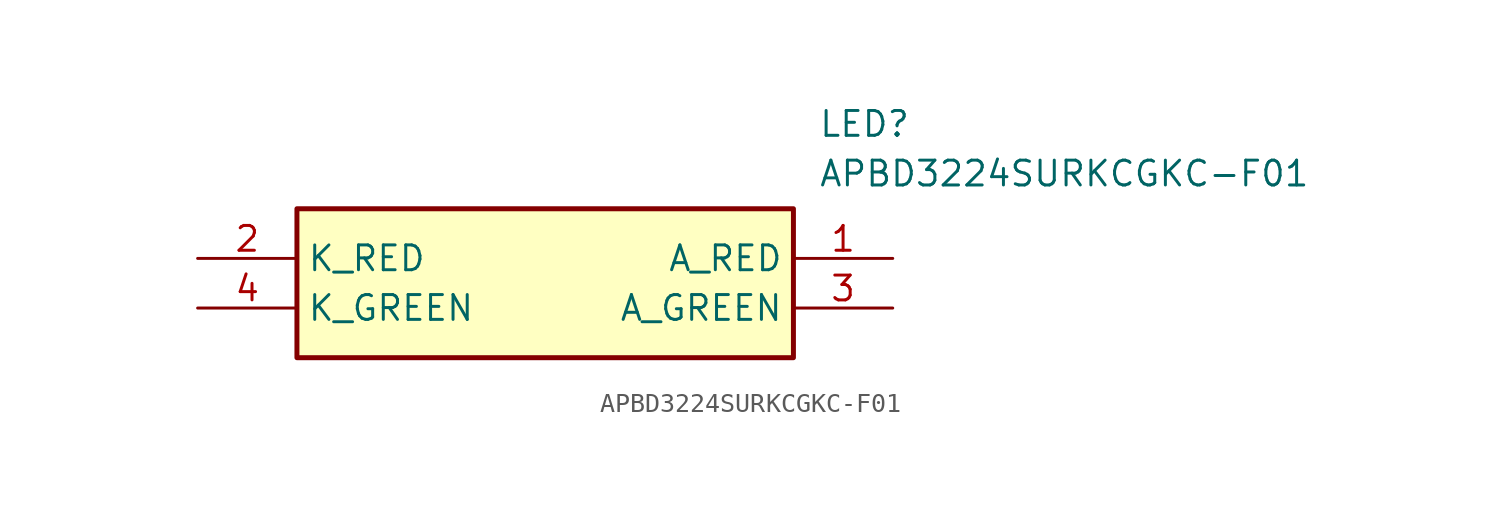
<source format=kicad_sym>
(kicad_symbol_lib
  (version 20231120)
  (generator "kicad_symbol_editor")
  (generator_version "8.0")
  (symbol "APBD3224SURKCGKC-F01"
    (property "Reference" "LED"
      (at 31.75 7.62 0)
      (effects (font (size 1.27 1.27)) (justify left top)))
    (property "Value" "APBD3224SURKCGKC-F01"
      (at 31.75 5.08 0)
      (effects (font (size 1.27 1.27)) (justify left top)))
    (symbol "APBD3224SURKCGKC-F01_1_1"
      (rectangle (start 5.08 2.54) (end 30.48 -5.08) (stroke (width 0.254) (type default)) (fill (type background)))
      (pin passive line (at 35.56 0 180) (length 5.08) (name "A_RED" (effects (font (size 1.27 1.27)))) (number "1" (effects (font (size 1.27 1.27)))))
      (pin passive line (at 0 0 0) (length 5.08) (name "K_RED" (effects (font (size 1.27 1.27)))) (number "2" (effects (font (size 1.27 1.27)))))
      (pin passive line (at 35.56 -2.54 180) (length 5.08) (name "A_GREEN" (effects (font (size 1.27 1.27)))) (number "3" (effects (font (size 1.27 1.27)))))
      (pin passive line (at 0 -2.54 0) (length 5.08) (name "K_GREEN" (effects (font (size 1.27 1.27)))) (number "4" (effects (font (size 1.27 1.27))))))))
</source>
